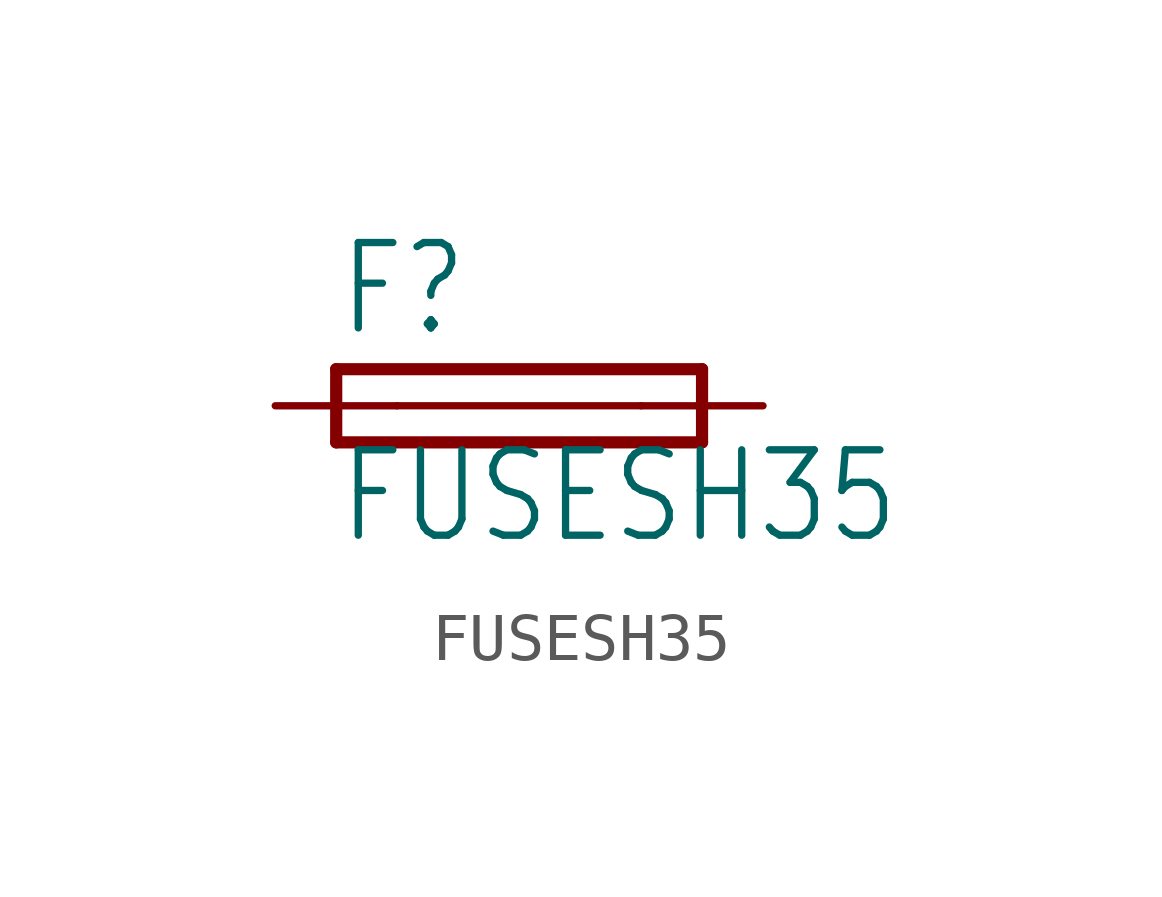
<source format=kicad_sym>
(kicad_symbol_lib
  (version 20200126)
  (host kicad_symbol_editor "5.99.0-unknown-aa7ce74~88~ubuntu18.04.1")
  (symbol "FUSESH35"
    (property "Reference" "F"
      (at -3.81 1.397 0)
      (effects (font (size 1.778 1.511)) (justify left bottom)))
    (property "Value" "FUSESH35"
      (at -3.81 -2.921 0)
      (effects (font (size 1.778 1.511)) (justify left bottom)))
    (property "ki_locked" ""
      (at 0 0 0)
      (effects (font (size 1.27 1.27))))
    (symbol "FUSESH35_1_0"
      (polyline (pts (xy -3.81 -0.762) (xy 3.81 -0.762)) (stroke (width 0.254)) (fill (type none)))
      (polyline (pts (xy 3.81 0.762) (xy -3.81 0.762)) (stroke (width 0.254)) (fill (type none)))
      (polyline (pts (xy 3.81 -0.762) (xy 3.81 0.762)) (stroke (width 0.254)) (fill (type none)))
      (polyline (pts (xy -3.81 0.762) (xy -3.81 -0.762)) (stroke (width 0.254)) (fill (type none)))
      (polyline (pts (xy -2.54 0) (xy 2.54 0)) (stroke (width 0.152)) (fill (type none)))
      (pin passive line (at 5.08 0 180) (length 2.54) (name "2" (effects (font (size 0 0)))) (number "2" (effects (font (size 0 0)))))
      (pin passive line (at -5.08 0 0) (length 2.54) (name "1" (effects (font (size 0 0)))) (number "1" (effects (font (size 0 0))))))))
</source>
